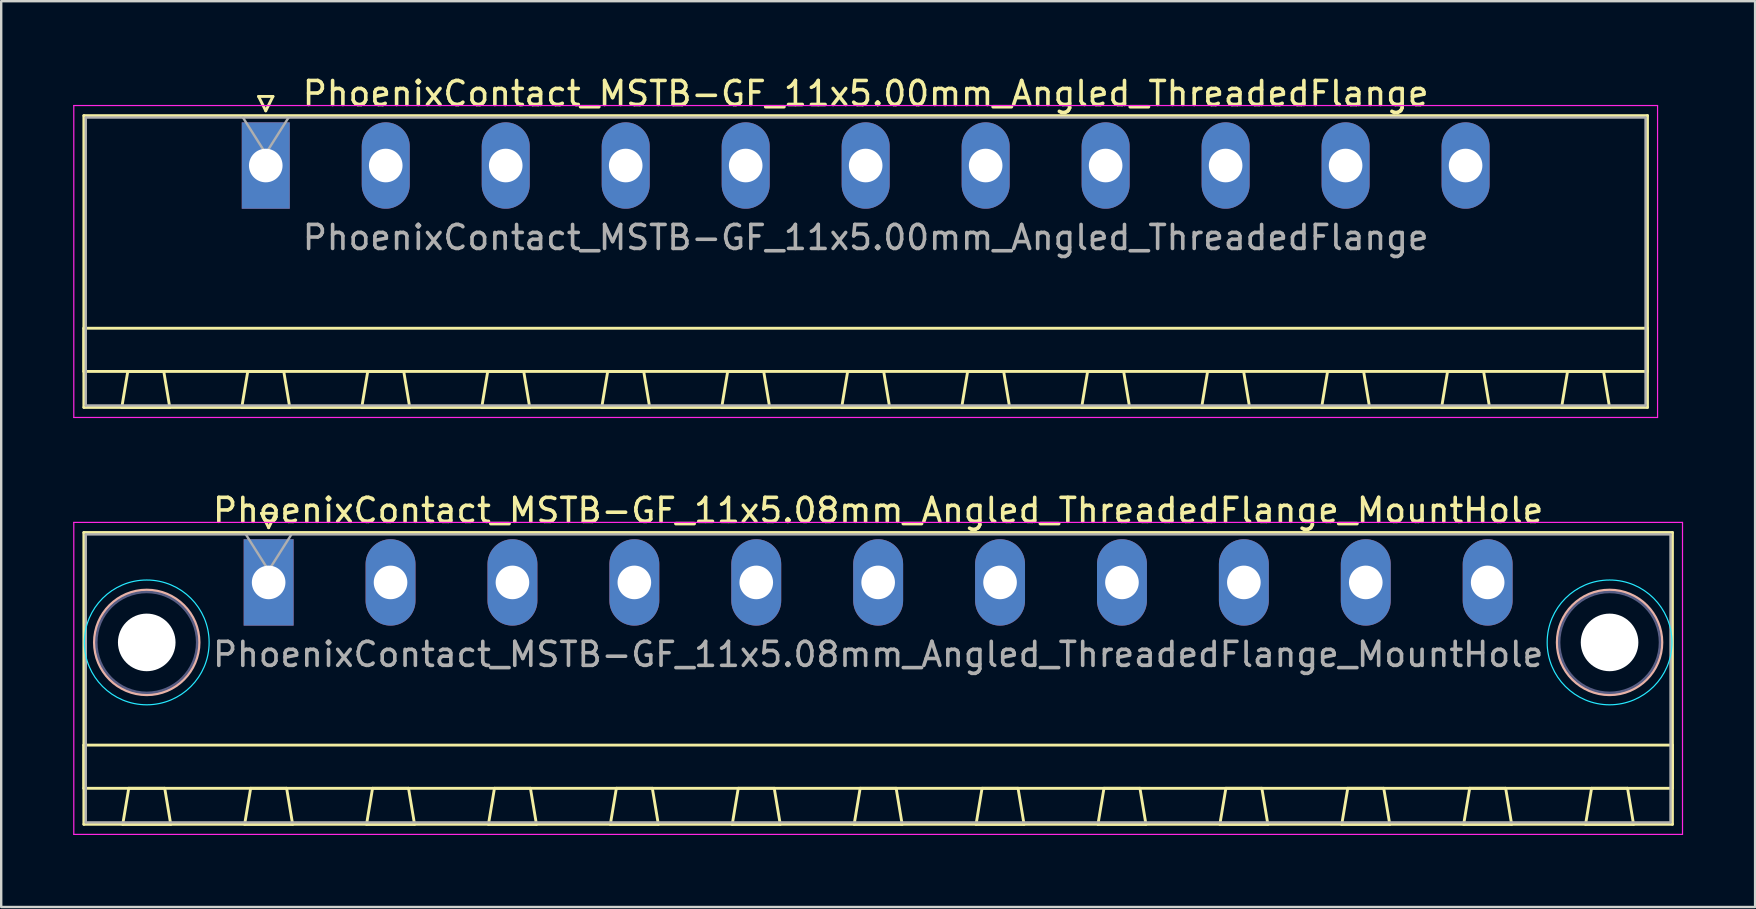
<source format=kicad_pcb>
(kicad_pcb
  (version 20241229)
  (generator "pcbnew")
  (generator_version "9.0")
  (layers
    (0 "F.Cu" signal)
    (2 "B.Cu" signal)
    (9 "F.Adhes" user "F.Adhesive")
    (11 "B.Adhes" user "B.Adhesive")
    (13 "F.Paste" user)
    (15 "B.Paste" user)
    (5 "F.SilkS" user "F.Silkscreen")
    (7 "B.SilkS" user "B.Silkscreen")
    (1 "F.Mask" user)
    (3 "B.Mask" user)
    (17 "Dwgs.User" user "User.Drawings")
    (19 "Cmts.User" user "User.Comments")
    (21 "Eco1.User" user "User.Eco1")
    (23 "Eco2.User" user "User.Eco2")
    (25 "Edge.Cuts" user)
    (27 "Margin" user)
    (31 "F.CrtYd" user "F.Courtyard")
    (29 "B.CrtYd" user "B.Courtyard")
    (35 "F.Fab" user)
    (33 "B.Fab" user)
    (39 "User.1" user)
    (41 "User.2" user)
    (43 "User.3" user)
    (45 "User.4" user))
  (footprint "PhoenixContact_MSTB-GF_11x5.08mm_Angled_ThreadedFlange_MountHole"
    (layer "F.Cu")
    (at 8.145 21.221)
    (property "Reference" "PhoenixContact_MSTB-GF_11x5.08mm_Angled_ThreadedFlange_MountHole" (at 25.4 -3 0) (layer "F.SilkS") (effects (font (size 1 1) (thickness 0.15))))
    (attr through_hole)
    (fp_line (start -7.7 -2.08) (end -7.7 10.08) (stroke (width 0.12) (type solid)) (layer "F.SilkS"))
    (fp_line (start -7.7 6.78) (end 58.5 6.78) (stroke (width 0.12) (type solid)) (layer "F.SilkS"))
    (fp_line (start -7.7 8.58) (end -7.7 6.78) (stroke (width 0.12) (type solid)) (layer "F.SilkS"))
    (fp_line (start -7.7 10.08) (end 58.5 10.08) (stroke (width 0.12) (type solid)) (layer "F.SilkS"))
    (fp_line (start -6.08 10.08) (end -4.08 10.08) (stroke (width 0.12) (type solid)) (layer "F.SilkS"))
    (fp_line (start -5.83 8.58) (end -6.08 10.08) (stroke (width 0.12) (type solid)) (layer "F.SilkS"))
    (fp_line (start -4.33 8.58) (end -5.83 8.58) (stroke (width 0.12) (type solid)) (layer "F.SilkS"))
    (fp_line (start -4.08 10.08) (end -4.33 8.58) (stroke (width 0.12) (type solid)) (layer "F.SilkS"))
    (fp_line (start -1 10.08) (end 1 10.08) (stroke (width 0.12) (type solid)) (layer "F.SilkS"))
    (fp_line (start -0.75 8.58) (end -1 10.08) (stroke (width 0.12) (type solid)) (layer "F.SilkS"))
    (fp_line (start -0.3 -2.88) (end 0.3 -2.88) (stroke (width 0.12) (type solid)) (layer "F.SilkS"))
    (fp_line (start 0 -2.28) (end -0.3 -2.88) (stroke (width 0.12) (type solid)) (layer "F.SilkS"))
    (fp_line (start 0.3 -2.88) (end 0 -2.28) (stroke (width 0.12) (type solid)) (layer "F.SilkS"))
    (fp_line (start 0.75 8.58) (end -0.75 8.58) (stroke (width 0.12) (type solid)) (layer "F.SilkS"))
    (fp_line (start 1 10.08) (end 0.75 8.58) (stroke (width 0.12) (type solid)) (layer "F.SilkS"))
    (fp_line (start 4.08 10.08) (end 6.08 10.08) (stroke (width 0.12) (type solid)) (layer "F.SilkS"))
    (fp_line (start 4.33 8.58) (end 4.08 10.08) (stroke (width 0.12) (type solid)) (layer "F.SilkS"))
    (fp_line (start 5.83 8.58) (end 4.33 8.58) (stroke (width 0.12) (type solid)) (layer "F.SilkS"))
    (fp_line (start 6.08 10.08) (end 5.83 8.58) (stroke (width 0.12) (type solid)) (layer "F.SilkS"))
    (fp_line (start 9.16 10.08) (end 11.16 10.08) (stroke (width 0.12) (type solid)) (layer "F.SilkS"))
    (fp_line (start 9.41 8.58) (end 9.16 10.08) (stroke (width 0.12) (type solid)) (layer "F.SilkS"))
    (fp_line (start 10.91 8.58) (end 9.41 8.58) (stroke (width 0.12) (type solid)) (layer "F.SilkS"))
    (fp_line (start 11.16 10.08) (end 10.91 8.58) (stroke (width 0.12) (type solid)) (layer "F.SilkS"))
    (fp_line (start 14.24 10.08) (end 16.24 10.08) (stroke (width 0.12) (type solid)) (layer "F.SilkS"))
    (fp_line (start 14.49 8.58) (end 14.24 10.08) (stroke (width 0.12) (type solid)) (layer "F.SilkS"))
    (fp_line (start 15.99 8.58) (end 14.49 8.58) (stroke (width 0.12) (type solid)) (layer "F.SilkS"))
    (fp_line (start 16.24 10.08) (end 15.99 8.58) (stroke (width 0.12) (type solid)) (layer "F.SilkS"))
    (fp_line (start 19.32 10.08) (end 21.32 10.08) (stroke (width 0.12) (type solid)) (layer "F.SilkS"))
    (fp_line (start 19.57 8.58) (end 19.32 10.08) (stroke (width 0.12) (type solid)) (layer "F.SilkS"))
    (fp_line (start 21.07 8.58) (end 19.57 8.58) (stroke (width 0.12) (type solid)) (layer "F.SilkS"))
    (fp_line (start 21.32 10.08) (end 21.07 8.58) (stroke (width 0.12) (type solid)) (layer "F.SilkS"))
    (fp_line (start 24.4 10.08) (end 26.4 10.08) (stroke (width 0.12) (type solid)) (layer "F.SilkS"))
    (fp_line (start 24.65 8.58) (end 24.4 10.08) (stroke (width 0.12) (type solid)) (layer "F.SilkS"))
    (fp_line (start 26.15 8.58) (end 24.65 8.58) (stroke (width 0.12) (type solid)) (layer "F.SilkS"))
    (fp_line (start 26.4 10.08) (end 26.15 8.58) (stroke (width 0.12) (type solid)) (layer "F.SilkS"))
    (fp_line (start 29.48 10.08) (end 31.48 10.08) (stroke (width 0.12) (type solid)) (layer "F.SilkS"))
    (fp_line (start 29.73 8.58) (end 29.48 10.08) (stroke (width 0.12) (type solid)) (layer "F.SilkS"))
    (fp_line (start 31.23 8.58) (end 29.73 8.58) (stroke (width 0.12) (type solid)) (layer "F.SilkS"))
    (fp_line (start 31.48 10.08) (end 31.23 8.58) (stroke (width 0.12) (type solid)) (layer "F.SilkS"))
    (fp_line (start 34.56 10.08) (end 36.56 10.08) (stroke (width 0.12) (type solid)) (layer "F.SilkS"))
    (fp_line (start 34.81 8.58) (end 34.56 10.08) (stroke (width 0.12) (type solid)) (layer "F.SilkS"))
    (fp_line (start 36.31 8.58) (end 34.81 8.58) (stroke (width 0.12) (type solid)) (layer "F.SilkS"))
    (fp_line (start 36.56 10.08) (end 36.31 8.58) (stroke (width 0.12) (type solid)) (layer "F.SilkS"))
    (fp_line (start 39.64 10.08) (end 41.64 10.08) (stroke (width 0.12) (type solid)) (layer "F.SilkS"))
    (fp_line (start 39.89 8.58) (end 39.64 10.08) (stroke (width 0.12) (type solid)) (layer "F.SilkS"))
    (fp_line (start 41.39 8.58) (end 39.89 8.58) (stroke (width 0.12) (type solid)) (layer "F.SilkS"))
    (fp_line (start 41.64 10.08) (end 41.39 8.58) (stroke (width 0.12) (type solid)) (layer "F.SilkS"))
    (fp_line (start 44.72 10.08) (end 46.72 10.08) (stroke (width 0.12) (type solid)) (layer "F.SilkS"))
    (fp_line (start 44.97 8.58) (end 44.72 10.08) (stroke (width 0.12) (type solid)) (layer "F.SilkS"))
    (fp_line (start 46.47 8.58) (end 44.97 8.58) (stroke (width 0.12) (type solid)) (layer "F.SilkS"))
    (fp_line (start 46.72 10.08) (end 46.47 8.58) (stroke (width 0.12) (type solid)) (layer "F.SilkS"))
    (fp_line (start 49.8 10.08) (end 51.8 10.08) (stroke (width 0.12) (type solid)) (layer "F.SilkS"))
    (fp_line (start 50.05 8.58) (end 49.8 10.08) (stroke (width 0.12) (type solid)) (layer "F.SilkS"))
    (fp_line (start 51.55 8.58) (end 50.05 8.58) (stroke (width 0.12) (type solid)) (layer "F.SilkS"))
    (fp_line (start 51.8 10.08) (end 51.55 8.58) (stroke (width 0.12) (type solid)) (layer "F.SilkS"))
    (fp_line (start 54.88 10.08) (end 56.88 10.08) (stroke (width 0.12) (type solid)) (layer "F.SilkS"))
    (fp_line (start 55.13 8.58) (end 54.88 10.08) (stroke (width 0.12) (type solid)) (layer "F.SilkS"))
    (fp_line (start 56.63 8.58) (end 55.13 8.58) (stroke (width 0.12) (type solid)) (layer "F.SilkS"))
    (fp_line (start 56.88 10.08) (end 56.63 8.58) (stroke (width 0.12) (type solid)) (layer "F.SilkS"))
    (fp_line (start 58.5 -2.08) (end -7.7 -2.08) (stroke (width 0.12) (type solid)) (layer "F.SilkS"))
    (fp_line (start 58.5 6.78) (end 58.5 8.58) (stroke (width 0.12) (type solid)) (layer "F.SilkS"))
    (fp_line (start 58.5 8.58) (end -7.7 8.58) (stroke (width 0.12) (type solid)) (layer "F.SilkS"))
    (fp_line (start 58.5 10.08) (end 58.5 -2.08) (stroke (width 0.12) (type solid)) (layer "F.SilkS"))
    (fp_circle (center -5.08 2.5) (end -2.9 2.5) (stroke (width 0.12) (type solid)) (fill no) (layer "B.SilkS"))
    (fp_circle (center 55.88 2.5) (end 58.06 2.5) (stroke (width 0.12) (type solid)) (fill no) (layer "B.SilkS"))
    (fp_circle (center -5.08 2.5) (end -2.48 2.5) (stroke (width 0.05) (type solid)) (fill no) (layer "B.CrtYd"))
    (fp_circle (center 55.88 2.5) (end 58.48 2.5) (stroke (width 0.05) (type solid)) (fill no) (layer "B.CrtYd"))
    (fp_line (start -8.12 -2.5) (end -8.12 10.5) (stroke (width 0.05) (type solid)) (layer "F.CrtYd"))
    (fp_line (start -8.12 10.5) (end 58.92 10.5) (stroke (width 0.05) (type solid)) (layer "F.CrtYd"))
    (fp_line (start 58.92 -2.5) (end -8.12 -2.5) (stroke (width 0.05) (type solid)) (layer "F.CrtYd"))
    (fp_line (start 58.92 10.5) (end 58.92 -2.5) (stroke (width 0.05) (type solid)) (layer "F.CrtYd"))
    (fp_circle (center -5.08 2.5) (end -2.98 2.5) (stroke (width 0.1) (type solid)) (fill no) (layer "B.Fab"))
    (fp_circle (center 55.88 2.5) (end 57.98 2.5) (stroke (width 0.1) (type solid)) (fill no) (layer "B.Fab"))
    (fp_line (start -7.62 -2) (end -7.62 10) (stroke (width 0.1) (type solid)) (layer "F.Fab"))
    (fp_line (start -7.62 10) (end 58.42 10) (stroke (width 0.1) (type solid)) (layer "F.Fab"))
    (fp_line (start 0 -0.5) (end -0.95 -2) (stroke (width 0.1) (type solid)) (layer "F.Fab"))
    (fp_line (start 0.95 -2) (end 0 -0.5) (stroke (width 0.1) (type solid)) (layer "F.Fab"))
    (fp_line (start 58.42 -2) (end -7.62 -2) (stroke (width 0.1) (type solid)) (layer "F.Fab"))
    (fp_line (start 58.42 10) (end 58.42 -2) (stroke (width 0.1) (type solid)) (layer "F.Fab"))
    (fp_text user "${REFERENCE}" (at 25.4 3 0) (layer "F.Fab") (effects (font (size 1 1) (thickness 0.15))))
    (pad "" np_thru_hole circle (at -5.08 2.5) (size 2.4 2.4) (drill 2.4) (layers "*.Cu" "*.Mask"))
    (pad "" np_thru_hole circle (at 55.88 2.5) (size 2.4 2.4) (drill 2.4) (layers "*.Cu" "*.Mask"))
    (pad "1" thru_hole rect (at 0 0) (size 2.08 3.6) (drill 1.4) (layers "*.Cu" "*.Mask"))
    (pad "2" thru_hole oval (at 5.08 0) (size 2.08 3.6) (drill 1.4) (layers "*.Cu" "*.Mask"))
    (pad "3" thru_hole oval (at 10.16 0) (size 2.08 3.6) (drill 1.4) (layers "*.Cu" "*.Mask"))
    (pad "4" thru_hole oval (at 15.24 0) (size 2.08 3.6) (drill 1.4) (layers "*.Cu" "*.Mask"))
    (pad "5" thru_hole oval (at 20.32 0) (size 2.08 3.6) (drill 1.4) (layers "*.Cu" "*.Mask"))
    (pad "6" thru_hole oval (at 25.4 0) (size 2.08 3.6) (drill 1.4) (layers "*.Cu" "*.Mask"))
    (pad "7" thru_hole oval (at 30.48 0) (size 2.08 3.6) (drill 1.4) (layers "*.Cu" "*.Mask"))
    (pad "8" thru_hole oval (at 35.56 0) (size 2.08 3.6) (drill 1.4) (layers "*.Cu" "*.Mask"))
    (pad "9" thru_hole oval (at 40.64 0) (size 2.08 3.6) (drill 1.4) (layers "*.Cu" "*.Mask"))
    (pad "10" thru_hole oval (at 45.72 0) (size 2.08 3.6) (drill 1.4) (layers "*.Cu" "*.Mask"))
    (pad "11" thru_hole oval (at 50.8 0) (size 2.08 3.6) (drill 1.4) (layers "*.Cu" "*.Mask")))
  (footprint "PhoenixContact_MSTB-GF_11x5.00mm_Angled_ThreadedFlange"
    (layer "F.Cu")
    (at 8.025 3.848)
    (property "Reference" "PhoenixContact_MSTB-GF_11x5.00mm_Angled_ThreadedFlange" (at 25 -3 0) (layer "F.SilkS") (effects (font (size 1 1) (thickness 0.15))))
    (attr through_hole)
    (fp_line (start -7.58 -2.08) (end -7.58 10.08) (stroke (width 0.12) (type solid)) (layer "F.SilkS"))
    (fp_line (start -7.58 6.78) (end 57.58 6.78) (stroke (width 0.12) (type solid)) (layer "F.SilkS"))
    (fp_line (start -7.58 8.58) (end -7.58 6.78) (stroke (width 0.12) (type solid)) (layer "F.SilkS"))
    (fp_line (start -7.58 10.08) (end 57.58 10.08) (stroke (width 0.12) (type solid)) (layer "F.SilkS"))
    (fp_line (start -6 10.08) (end -4 10.08) (stroke (width 0.12) (type solid)) (layer "F.SilkS"))
    (fp_line (start -5.75 8.58) (end -6 10.08) (stroke (width 0.12) (type solid)) (layer "F.SilkS"))
    (fp_line (start -4.25 8.58) (end -5.75 8.58) (stroke (width 0.12) (type solid)) (layer "F.SilkS"))
    (fp_line (start -4 10.08) (end -4.25 8.58) (stroke (width 0.12) (type solid)) (layer "F.SilkS"))
    (fp_line (start -1 10.08) (end 1 10.08) (stroke (width 0.12) (type solid)) (layer "F.SilkS"))
    (fp_line (start -0.75 8.58) (end -1 10.08) (stroke (width 0.12) (type solid)) (layer "F.SilkS"))
    (fp_line (start -0.3 -2.88) (end 0.3 -2.88) (stroke (width 0.12) (type solid)) (layer "F.SilkS"))
    (fp_line (start 0 -2.28) (end -0.3 -2.88) (stroke (width 0.12) (type solid)) (layer "F.SilkS"))
    (fp_line (start 0.3 -2.88) (end 0 -2.28) (stroke (width 0.12) (type solid)) (layer "F.SilkS"))
    (fp_line (start 0.75 8.58) (end -0.75 8.58) (stroke (width 0.12) (type solid)) (layer "F.SilkS"))
    (fp_line (start 1 10.08) (end 0.75 8.58) (stroke (width 0.12) (type solid)) (layer "F.SilkS"))
    (fp_line (start 4 10.08) (end 6 10.08) (stroke (width 0.12) (type solid)) (layer "F.SilkS"))
    (fp_line (start 4.25 8.58) (end 4 10.08) (stroke (width 0.12) (type solid)) (layer "F.SilkS"))
    (fp_line (start 5.75 8.58) (end 4.25 8.58) (stroke (width 0.12) (type solid)) (layer "F.SilkS"))
    (fp_line (start 6 10.08) (end 5.75 8.58) (stroke (width 0.12) (type solid)) (layer "F.SilkS"))
    (fp_line (start 9 10.08) (end 11 10.08) (stroke (width 0.12) (type solid)) (layer "F.SilkS"))
    (fp_line (start 9.25 8.58) (end 9 10.08) (stroke (width 0.12) (type solid)) (layer "F.SilkS"))
    (fp_line (start 10.75 8.58) (end 9.25 8.58) (stroke (width 0.12) (type solid)) (layer "F.SilkS"))
    (fp_line (start 11 10.08) (end 10.75 8.58) (stroke (width 0.12) (type solid)) (layer "F.SilkS"))
    (fp_line (start 14 10.08) (end 16 10.08) (stroke (width 0.12) (type solid)) (layer "F.SilkS"))
    (fp_line (start 14.25 8.58) (end 14 10.08) (stroke (width 0.12) (type solid)) (layer "F.SilkS"))
    (fp_line (start 15.75 8.58) (end 14.25 8.58) (stroke (width 0.12) (type solid)) (layer "F.SilkS"))
    (fp_line (start 16 10.08) (end 15.75 8.58) (stroke (width 0.12) (type solid)) (layer "F.SilkS"))
    (fp_line (start 19 10.08) (end 21 10.08) (stroke (width 0.12) (type solid)) (layer "F.SilkS"))
    (fp_line (start 19.25 8.58) (end 19 10.08) (stroke (width 0.12) (type solid)) (layer "F.SilkS"))
    (fp_line (start 20.75 8.58) (end 19.25 8.58) (stroke (width 0.12) (type solid)) (layer "F.SilkS"))
    (fp_line (start 21 10.08) (end 20.75 8.58) (stroke (width 0.12) (type solid)) (layer "F.SilkS"))
    (fp_line (start 24 10.08) (end 26 10.08) (stroke (width 0.12) (type solid)) (layer "F.SilkS"))
    (fp_line (start 24.25 8.58) (end 24 10.08) (stroke (width 0.12) (type solid)) (layer "F.SilkS"))
    (fp_line (start 25.75 8.58) (end 24.25 8.58) (stroke (width 0.12) (type solid)) (layer "F.SilkS"))
    (fp_line (start 26 10.08) (end 25.75 8.58) (stroke (width 0.12) (type solid)) (layer "F.SilkS"))
    (fp_line (start 29 10.08) (end 31 10.08) (stroke (width 0.12) (type solid)) (layer "F.SilkS"))
    (fp_line (start 29.25 8.58) (end 29 10.08) (stroke (width 0.12) (type solid)) (layer "F.SilkS"))
    (fp_line (start 30.75 8.58) (end 29.25 8.58) (stroke (width 0.12) (type solid)) (layer "F.SilkS"))
    (fp_line (start 31 10.08) (end 30.75 8.58) (stroke (width 0.12) (type solid)) (layer "F.SilkS"))
    (fp_line (start 34 10.08) (end 36 10.08) (stroke (width 0.12) (type solid)) (layer "F.SilkS"))
    (fp_line (start 34.25 8.58) (end 34 10.08) (stroke (width 0.12) (type solid)) (layer "F.SilkS"))
    (fp_line (start 35.75 8.58) (end 34.25 8.58) (stroke (width 0.12) (type solid)) (layer "F.SilkS"))
    (fp_line (start 36 10.08) (end 35.75 8.58) (stroke (width 0.12) (type solid)) (layer "F.SilkS"))
    (fp_line (start 39 10.08) (end 41 10.08) (stroke (width 0.12) (type solid)) (layer "F.SilkS"))
    (fp_line (start 39.25 8.58) (end 39 10.08) (stroke (width 0.12) (type solid)) (layer "F.SilkS"))
    (fp_line (start 40.75 8.58) (end 39.25 8.58) (stroke (width 0.12) (type solid)) (layer "F.SilkS"))
    (fp_line (start 41 10.08) (end 40.75 8.58) (stroke (width 0.12) (type solid)) (layer "F.SilkS"))
    (fp_line (start 44 10.08) (end 46 10.08) (stroke (width 0.12) (type solid)) (layer "F.SilkS"))
    (fp_line (start 44.25 8.58) (end 44 10.08) (stroke (width 0.12) (type solid)) (layer "F.SilkS"))
    (fp_line (start 45.75 8.58) (end 44.25 8.58) (stroke (width 0.12) (type solid)) (layer "F.SilkS"))
    (fp_line (start 46 10.08) (end 45.75 8.58) (stroke (width 0.12) (type solid)) (layer "F.SilkS"))
    (fp_line (start 49 10.08) (end 51 10.08) (stroke (width 0.12) (type solid)) (layer "F.SilkS"))
    (fp_line (start 49.25 8.58) (end 49 10.08) (stroke (width 0.12) (type solid)) (layer "F.SilkS"))
    (fp_line (start 50.75 8.58) (end 49.25 8.58) (stroke (width 0.12) (type solid)) (layer "F.SilkS"))
    (fp_line (start 51 10.08) (end 50.75 8.58) (stroke (width 0.12) (type solid)) (layer "F.SilkS"))
    (fp_line (start 54 10.08) (end 56 10.08) (stroke (width 0.12) (type solid)) (layer "F.SilkS"))
    (fp_line (start 54.25 8.58) (end 54 10.08) (stroke (width 0.12) (type solid)) (layer "F.SilkS"))
    (fp_line (start 55.75 8.58) (end 54.25 8.58) (stroke (width 0.12) (type solid)) (layer "F.SilkS"))
    (fp_line (start 56 10.08) (end 55.75 8.58) (stroke (width 0.12) (type solid)) (layer "F.SilkS"))
    (fp_line (start 57.58 -2.08) (end -7.58 -2.08) (stroke (width 0.12) (type solid)) (layer "F.SilkS"))
    (fp_line (start 57.58 6.78) (end 57.58 8.58) (stroke (width 0.12) (type solid)) (layer "F.SilkS"))
    (fp_line (start 57.58 8.58) (end -7.58 8.58) (stroke (width 0.12) (type solid)) (layer "F.SilkS"))
    (fp_line (start 57.58 10.08) (end 57.58 -2.08) (stroke (width 0.12) (type solid)) (layer "F.SilkS"))
    (fp_line (start -8 -2.5) (end -8 10.5) (stroke (width 0.05) (type solid)) (layer "F.CrtYd"))
    (fp_line (start -8 10.5) (end 58 10.5) (stroke (width 0.05) (type solid)) (layer "F.CrtYd"))
    (fp_line (start 58 -2.5) (end -8 -2.5) (stroke (width 0.05) (type solid)) (layer "F.CrtYd"))
    (fp_line (start 58 10.5) (end 58 -2.5) (stroke (width 0.05) (type solid)) (layer "F.CrtYd"))
    (fp_line (start -7.5 -2) (end -7.5 10) (stroke (width 0.1) (type solid)) (layer "F.Fab"))
    (fp_line (start -7.5 10) (end 57.5 10) (stroke (width 0.1) (type solid)) (layer "F.Fab"))
    (fp_line (start 0 -0.5) (end -0.95 -2) (stroke (width 0.1) (type solid)) (layer "F.Fab"))
    (fp_line (start 0.95 -2) (end 0 -0.5) (stroke (width 0.1) (type solid)) (layer "F.Fab"))
    (fp_line (start 57.5 -2) (end -7.5 -2) (stroke (width 0.1) (type solid)) (layer "F.Fab"))
    (fp_line (start 57.5 10) (end 57.5 -2) (stroke (width 0.1) (type solid)) (layer "F.Fab"))
    (fp_text user "${REFERENCE}" (at 25 3 0) (layer "F.Fab") (effects (font (size 1 1) (thickness 0.15))))
    (pad "1" thru_hole rect (at 0 0) (size 2 3.6) (drill 1.4) (layers "*.Cu" "*.Mask"))
    (pad "2" thru_hole oval (at 5 0) (size 2 3.6) (drill 1.4) (layers "*.Cu" "*.Mask"))
    (pad "3" thru_hole oval (at 10 0) (size 2 3.6) (drill 1.4) (layers "*.Cu" "*.Mask"))
    (pad "4" thru_hole oval (at 15 0) (size 2 3.6) (drill 1.4) (layers "*.Cu" "*.Mask"))
    (pad "5" thru_hole oval (at 20 0) (size 2 3.6) (drill 1.4) (layers "*.Cu" "*.Mask"))
    (pad "6" thru_hole oval (at 25 0) (size 2 3.6) (drill 1.4) (layers "*.Cu" "*.Mask"))
    (pad "7" thru_hole oval (at 30 0) (size 2 3.6) (drill 1.4) (layers "*.Cu" "*.Mask"))
    (pad "8" thru_hole oval (at 35 0) (size 2 3.6) (drill 1.4) (layers "*.Cu" "*.Mask"))
    (pad "9" thru_hole oval (at 40 0) (size 2 3.6) (drill 1.4) (layers "*.Cu" "*.Mask"))
    (pad "10" thru_hole oval (at 45 0) (size 2 3.6) (drill 1.4) (layers "*.Cu" "*.Mask"))
    (pad "11" thru_hole oval (at 50 0) (size 2 3.6) (drill 1.4) (layers "*.Cu" "*.Mask")))
  (gr_rect
    (start -3 -3)
    (end 70.09 34.746)
    (stroke (width 0.1) (type default))
    (fill no)
    (layer "Edge.Cuts")))
</source>
